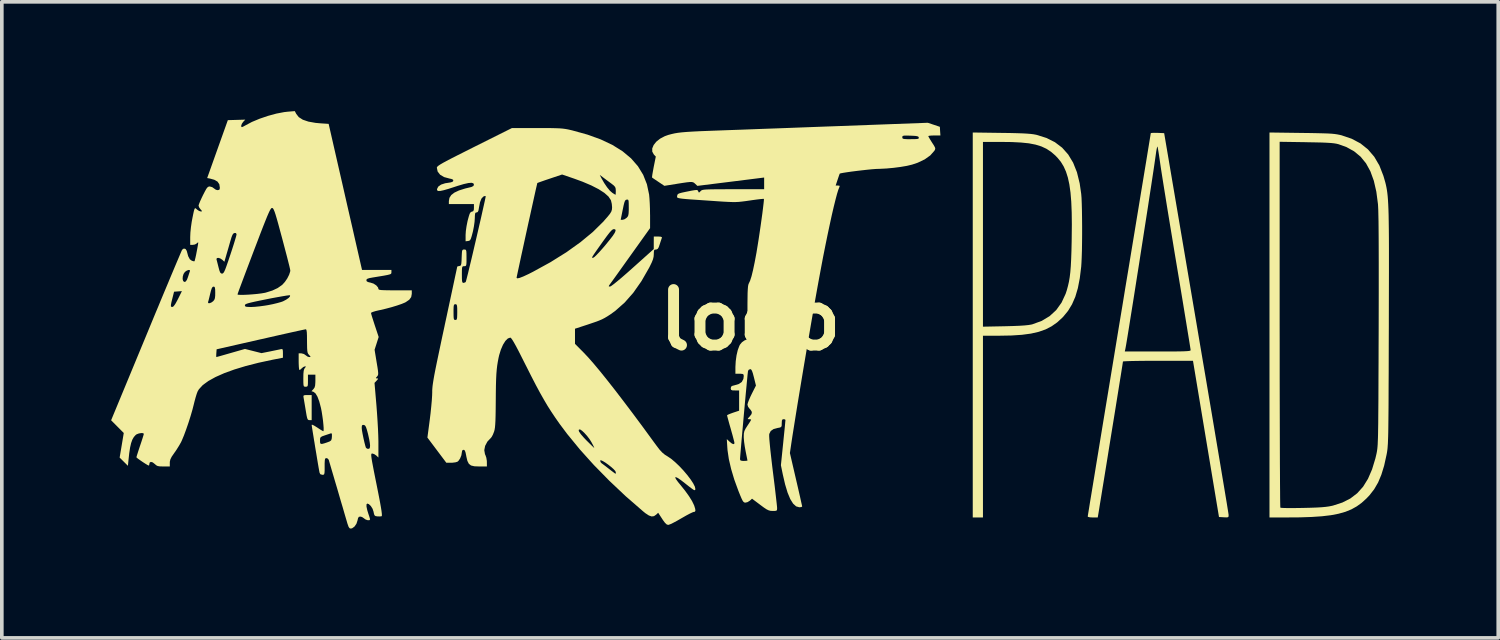
<source format=kicad_pcb>
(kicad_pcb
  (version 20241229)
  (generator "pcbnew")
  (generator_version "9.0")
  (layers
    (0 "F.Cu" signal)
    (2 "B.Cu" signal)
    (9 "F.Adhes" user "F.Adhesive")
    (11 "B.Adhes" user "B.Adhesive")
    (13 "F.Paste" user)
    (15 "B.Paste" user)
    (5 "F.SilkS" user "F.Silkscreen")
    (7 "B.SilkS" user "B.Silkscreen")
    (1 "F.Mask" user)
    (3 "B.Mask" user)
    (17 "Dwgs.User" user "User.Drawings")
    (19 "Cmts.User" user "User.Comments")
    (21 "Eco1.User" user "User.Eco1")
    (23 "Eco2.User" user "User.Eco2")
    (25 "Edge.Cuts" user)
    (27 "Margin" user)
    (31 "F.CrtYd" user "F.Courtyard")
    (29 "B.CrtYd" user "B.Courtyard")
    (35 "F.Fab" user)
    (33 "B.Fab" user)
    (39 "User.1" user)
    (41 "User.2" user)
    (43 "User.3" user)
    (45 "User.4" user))
  (footprint "logo"
    (layer "F.Cu")
    (at 17.543 5.733)
    (property "Reference" "logo" (at 0 0 0) (layer "F.SilkS") (effects (font (size 1.524 1.524) (thickness 0.3))))
    (attr board_only exclude_from_pos_files exclude_from_bom)
    (fp_poly (pts (xy -12.038 2.749) (xy -12.098 2.749) (xy -12.125 2.746) (xy -12.145 2.73) (xy -12.161 2.694) (xy -12.176 2.629) (xy -12.194 2.525) (xy -12.202 2.475) (xy -12.222 2.355) (xy -12.24 2.248) (xy -12.254 2.166) (xy -12.26 2.132) (xy -12.265 2.089) (xy -12.252 2.068) (xy -12.206 2.062) (xy -12.156 2.062) (xy -12.038 2.062)) (stroke (width 0) (type solid)) (fill yes) (layer "F.SilkS"))
    (fp_poly (pts (xy 6.891 -5.135) (xy 7.128 -5.132) (xy 7.321 -5.127) (xy 7.475 -5.122) (xy 7.599 -5.115) (xy 7.698 -5.107) (xy 7.778 -5.097) (xy 7.847 -5.084) (xy 7.864 -5.08) (xy 8.131 -4.996) (xy 8.363 -4.88) (xy 8.562 -4.729) (xy 8.728 -4.542) (xy 8.863 -4.318) (xy 8.968 -4.055) (xy 9.043 -3.751) (xy 9.085 -3.461) (xy 9.094 -3.349) (xy 9.1 -3.196) (xy 9.105 -3.01) (xy 9.108 -2.801) (xy 9.11 -2.577) (xy 9.11 -2.349) (xy 9.108 -2.125) (xy 9.105 -1.914) (xy 9.099 -1.726) (xy 9.092 -1.569) (xy 9.085 -1.463) (xy 9.046 -1.146) (xy 8.993 -0.873) (xy 8.923 -0.636) (xy 8.833 -0.43) (xy 8.723 -0.249) (xy 8.589 -0.086) (xy 8.564 -0.061) (xy 8.424 0.067) (xy 8.273 0.173) (xy 8.107 0.259) (xy 7.919 0.325) (xy 7.705 0.374) (xy 7.457 0.407) (xy 7.172 0.426) (xy 6.842 0.432) (xy 6.827 0.432) (xy 6.388 0.433) (xy 6.388 5.421) (xy 6.108 5.421) (xy 6.108 0.184) (xy 6.388 0.184) (xy 6.993 0.172) (xy 7.213 0.166) (xy 7.389 0.159) (xy 7.527 0.15) (xy 7.634 0.139) (xy 7.715 0.126) (xy 7.75 0.117) (xy 8.001 0.025) (xy 8.217 -0.105) (xy 8.399 -0.272) (xy 8.545 -0.476) (xy 8.657 -0.717) (xy 8.689 -0.814) (xy 8.721 -0.931) (xy 8.748 -1.048) (xy 8.769 -1.173) (xy 8.786 -1.313) (xy 8.799 -1.475) (xy 8.809 -1.666) (xy 8.817 -1.892) (xy 8.823 -2.16) (xy 8.824 -2.241) (xy 8.828 -2.621) (xy 8.824 -2.955) (xy 8.812 -3.246) (xy 8.791 -3.499) (xy 8.76 -3.719) (xy 8.719 -3.908) (xy 8.667 -4.072) (xy 8.603 -4.215) (xy 8.526 -4.341) (xy 8.434 -4.453) (xy 8.371 -4.518) (xy 8.254 -4.618) (xy 8.129 -4.7) (xy 7.991 -4.764) (xy 7.833 -4.813) (xy 7.648 -4.849) (xy 7.431 -4.871) (xy 7.176 -4.884) (xy 6.919 -4.887) (xy 6.388 -4.887) (xy 6.388 0.184) (xy 6.108 0.184) (xy 6.108 -5.146)) (stroke (width 0) (type solid)) (fill yes) (layer "F.SilkS"))
    (fp_poly (pts (xy 15.137 -5.134) (xy 15.378 -5.131) (xy 15.575 -5.127) (xy 15.733 -5.123) (xy 15.859 -5.119) (xy 15.96 -5.113) (xy 16.041 -5.105) (xy 16.109 -5.095) (xy 16.171 -5.083) (xy 16.231 -5.069) (xy 16.508 -4.975) (xy 16.75 -4.847) (xy 16.956 -4.682) (xy 17.129 -4.48) (xy 17.27 -4.239) (xy 17.379 -3.959) (xy 17.394 -3.909) (xy 17.414 -3.839) (xy 17.433 -3.773) (xy 17.449 -3.708) (xy 17.463 -3.641) (xy 17.476 -3.569) (xy 17.487 -3.49) (xy 17.497 -3.4) (xy 17.505 -3.298) (xy 17.512 -3.179) (xy 17.518 -3.041) (xy 17.523 -2.882) (xy 17.526 -2.698) (xy 17.529 -2.488) (xy 17.531 -2.246) (xy 17.532 -1.972) (xy 17.532 -1.662) (xy 17.532 -1.314) (xy 17.531 -0.924) (xy 17.53 -0.49) (xy 17.529 -0.009) (xy 17.529 0.17) (xy 17.527 0.643) (xy 17.526 1.069) (xy 17.525 1.449) (xy 17.523 1.787) (xy 17.522 2.086) (xy 17.521 2.348) (xy 17.519 2.576) (xy 17.517 2.772) (xy 17.515 2.941) (xy 17.513 3.084) (xy 17.51 3.204) (xy 17.506 3.305) (xy 17.503 3.389) (xy 17.498 3.459) (xy 17.494 3.517) (xy 17.488 3.568) (xy 17.482 3.612) (xy 17.475 3.654) (xy 17.467 3.696) (xy 17.464 3.71) (xy 17.4 4) (xy 17.324 4.247) (xy 17.235 4.46) (xy 17.127 4.646) (xy 16.997 4.813) (xy 16.912 4.902) (xy 16.784 5.018) (xy 16.649 5.116) (xy 16.502 5.198) (xy 16.338 5.265) (xy 16.151 5.318) (xy 15.938 5.359) (xy 15.693 5.388) (xy 15.411 5.407) (xy 15.088 5.418) (xy 14.793 5.42) (xy 14.253 5.421) (xy 14.253 -4.891) (xy 14.532 -4.891) (xy 14.532 0.121) (xy 14.533 0.622) (xy 14.533 1.11) (xy 14.533 1.582) (xy 14.534 2.035) (xy 14.535 2.468) (xy 14.536 2.877) (xy 14.537 3.261) (xy 14.538 3.616) (xy 14.539 3.94) (xy 14.541 4.232) (xy 14.542 4.488) (xy 14.544 4.706) (xy 14.545 4.884) (xy 14.547 5.018) (xy 14.549 5.108) (xy 14.551 5.15) (xy 14.552 5.152) (xy 14.581 5.157) (xy 14.655 5.161) (xy 14.765 5.163) (xy 14.904 5.163) (xy 15.064 5.161) (xy 15.181 5.159) (xy 15.39 5.154) (xy 15.556 5.148) (xy 15.688 5.14) (xy 15.795 5.13) (xy 15.884 5.118) (xy 15.965 5.102) (xy 16.002 5.093) (xy 16.254 5.011) (xy 16.473 4.9) (xy 16.661 4.756) (xy 16.822 4.577) (xy 16.957 4.359) (xy 17.069 4.1) (xy 17.161 3.797) (xy 17.186 3.69) (xy 17.194 3.654) (xy 17.201 3.617) (xy 17.207 3.578) (xy 17.213 3.534) (xy 17.218 3.481) (xy 17.223 3.417) (xy 17.226 3.338) (xy 17.23 3.243) (xy 17.233 3.129) (xy 17.235 2.991) (xy 17.238 2.828) (xy 17.239 2.637) (xy 17.241 2.415) (xy 17.243 2.159) (xy 17.244 1.866) (xy 17.245 1.533) (xy 17.247 1.158) (xy 17.248 0.738) (xy 17.25 0.293) (xy 17.251 -0.246) (xy 17.252 -0.735) (xy 17.252 -1.176) (xy 17.252 -1.569) (xy 17.251 -1.918) (xy 17.25 -2.222) (xy 17.248 -2.483) (xy 17.246 -2.702) (xy 17.242 -2.881) (xy 17.239 -3.021) (xy 17.234 -3.123) (xy 17.231 -3.178) (xy 17.186 -3.521) (xy 17.117 -3.821) (xy 17.023 -4.08) (xy 16.903 -4.299) (xy 16.754 -4.482) (xy 16.575 -4.63) (xy 16.366 -4.746) (xy 16.149 -4.824) (xy 16.092 -4.838) (xy 16.025 -4.849) (xy 15.939 -4.858) (xy 15.828 -4.865) (xy 15.687 -4.871) (xy 15.508 -4.875) (xy 15.285 -4.879) (xy 15.264 -4.88) (xy 14.532 -4.891) (xy 14.253 -4.891) (xy 14.253 -5.146)) (stroke (width 0) (type solid)) (fill yes) (layer "F.SilkS"))
    (fp_poly (pts (xy 11.166 -5.136) (xy 11.178 -5.136) (xy 11.362 -5.128) (xy 12.246 0.076) (xy 12.332 0.585) (xy 12.416 1.08) (xy 12.498 1.56) (xy 12.576 2.023) (xy 12.651 2.465) (xy 12.722 2.886) (xy 12.788 3.281) (xy 12.85 3.649) (xy 12.907 3.988) (xy 12.958 4.295) (xy 13.004 4.568) (xy 13.043 4.804) (xy 13.076 5.001) (xy 13.101 5.157) (xy 13.119 5.269) (xy 13.129 5.335) (xy 13.131 5.352) (xy 13.13 5.394) (xy 13.114 5.414) (xy 13.071 5.419) (xy 13 5.416) (xy 12.867 5.408) (xy 12.51 3.264) (xy 12.153 1.12) (xy 11.192 1.12) (xy 10.977 1.12) (xy 10.778 1.122) (xy 10.602 1.124) (xy 10.454 1.127) (xy 10.339 1.131) (xy 10.263 1.135) (xy 10.232 1.139) (xy 10.231 1.14) (xy 10.227 1.167) (xy 10.216 1.24) (xy 10.198 1.354) (xy 10.174 1.505) (xy 10.144 1.689) (xy 10.11 1.902) (xy 10.072 2.138) (xy 10.031 2.394) (xy 9.987 2.666) (xy 9.941 2.948) (xy 9.894 3.237) (xy 9.847 3.528) (xy 9.801 3.816) (xy 9.755 4.098) (xy 9.711 4.37) (xy 9.669 4.625) (xy 9.631 4.861) (xy 9.596 5.073) (xy 9.568 5.249) (xy 9.539 5.421) (xy 9.402 5.421) (xy 9.323 5.417) (xy 9.274 5.405) (xy 9.264 5.394) (xy 9.268 5.367) (xy 9.28 5.292) (xy 9.3 5.171) (xy 9.326 5.007) (xy 9.36 4.802) (xy 9.4 4.559) (xy 9.446 4.28) (xy 9.497 3.966) (xy 9.554 3.622) (xy 9.615 3.248) (xy 9.681 2.847) (xy 9.751 2.422) (xy 9.825 1.975) (xy 9.902 1.508) (xy 9.982 1.023) (xy 10.008 0.865) (xy 10.281 0.865) (xy 11.185 0.865) (xy 11.427 0.865) (xy 11.623 0.864) (xy 11.777 0.863) (xy 11.895 0.86) (xy 11.98 0.856) (xy 12.037 0.851) (xy 12.071 0.844) (xy 12.087 0.835) (xy 12.089 0.829) (xy 12.085 0.799) (xy 12.073 0.722) (xy 12.054 0.603) (xy 12.028 0.444) (xy 11.996 0.249) (xy 11.959 0.022) (xy 11.917 -0.233) (xy 11.871 -0.514) (xy 11.821 -0.815) (xy 11.768 -1.135) (xy 11.712 -1.469) (xy 11.71 -1.481) (xy 11.652 -1.827) (xy 11.596 -2.169) (xy 11.541 -2.501) (xy 11.489 -2.818) (xy 11.44 -3.116) (xy 11.396 -3.391) (xy 11.356 -3.638) (xy 11.322 -3.852) (xy 11.294 -4.029) (xy 11.273 -4.164) (xy 11.262 -4.238) (xy 11.24 -4.391) (xy 11.22 -4.528) (xy 11.202 -4.641) (xy 11.188 -4.72) (xy 11.18 -4.759) (xy 11.18 -4.759) (xy 11.171 -4.752) (xy 11.158 -4.702) (xy 11.143 -4.619) (xy 11.131 -4.53) (xy 11.117 -4.433) (xy 11.097 -4.294) (xy 11.071 -4.117) (xy 11.039 -3.907) (xy 11.003 -3.668) (xy 10.962 -3.404) (xy 10.919 -3.119) (xy 10.872 -2.817) (xy 10.823 -2.504) (xy 10.773 -2.182) (xy 10.722 -1.857) (xy 10.672 -1.532) (xy 10.621 -1.212) (xy 10.572 -0.9) (xy 10.525 -0.601) (xy 10.48 -0.32) (xy 10.438 -0.06) (xy 10.401 0.174) (xy 10.368 0.378) (xy 10.34 0.548) (xy 10.318 0.68) (xy 10.302 0.769) (xy 10.294 0.808) (xy 10.281 0.865) (xy 10.008 0.865) (xy 10.064 0.524) (xy 10.129 0.128) (xy 10.214 -0.382) (xy 10.295 -0.878) (xy 10.375 -1.358) (xy 10.451 -1.82) (xy 10.524 -2.262) (xy 10.593 -2.682) (xy 10.658 -3.076) (xy 10.718 -3.443) (xy 10.774 -3.78) (xy 10.824 -4.085) (xy 10.869 -4.356) (xy 10.907 -4.59) (xy 10.939 -4.785) (xy 10.964 -4.938) (xy 10.982 -5.048) (xy 10.992 -5.112) (xy 10.995 -5.128) (xy 11.018 -5.134) (xy 11.08 -5.137)) (stroke (width 0) (type solid)) (fill yes) (layer "F.SilkS"))
    (fp_poly (pts (xy 5.039 -5.358) (xy 5.205 -5.302) (xy 5.212 -5.183) (xy 5.22 -5.065) (xy 5.053 -5.065) (xy 4.969 -5.062) (xy 4.909 -5.056) (xy 4.887 -5.047) (xy 4.9 -5.019) (xy 4.934 -4.96) (xy 4.982 -4.883) (xy 4.991 -4.869) (xy 5.044 -4.787) (xy 5.072 -4.734) (xy 5.079 -4.699) (xy 5.068 -4.667) (xy 5.051 -4.64) (xy 4.942 -4.517) (xy 4.789 -4.408) (xy 4.596 -4.316) (xy 4.444 -4.265) (xy 4.303 -4.231) (xy 4.127 -4.201) (xy 3.934 -4.176) (xy 3.74 -4.158) (xy 3.561 -4.149) (xy 3.525 -4.148) (xy 3.448 -4.145) (xy 3.34 -4.137) (xy 3.21 -4.124) (xy 3.067 -4.108) (xy 2.921 -4.091) (xy 2.781 -4.073) (xy 2.655 -4.055) (xy 2.553 -4.039) (xy 2.484 -4.026) (xy 2.457 -4.017) (xy 2.446 -3.99) (xy 2.425 -3.929) (xy 2.398 -3.849) (xy 2.345 -3.69) (xy 2.408 -3.69) (xy 2.451 -3.685) (xy 2.453 -3.66) (xy 2.445 -3.643) (xy 2.418 -3.575) (xy 2.383 -3.462) (xy 2.342 -3.307) (xy 2.294 -3.114) (xy 2.241 -2.887) (xy 2.185 -2.63) (xy 2.125 -2.348) (xy 2.063 -2.045) (xy 1.999 -1.724) (xy 1.936 -1.389) (xy 1.886 -1.12) (xy 1.838 -0.858) (xy 1.785 -0.561) (xy 1.728 -0.235) (xy 1.668 0.112) (xy 1.606 0.475) (xy 1.543 0.847) (xy 1.479 1.223) (xy 1.417 1.594) (xy 1.357 1.956) (xy 1.3 2.301) (xy 1.248 2.624) (xy 1.201 2.918) (xy 1.16 3.176) (xy 1.127 3.392) (xy 1.119 3.449) (xy 1.089 3.652) (xy 1.257 4.376) (xy 1.3 4.561) (xy 1.339 4.73) (xy 1.372 4.876) (xy 1.398 4.994) (xy 1.417 5.077) (xy 1.425 5.117) (xy 1.425 5.121) (xy 1.403 5.135) (xy 1.349 5.141) (xy 1.346 5.141) (xy 1.259 5.116) (xy 1.176 5.04) (xy 1.098 4.914) (xy 1.025 4.738) (xy 0.957 4.512) (xy 0.894 4.24) (xy 0.842 3.987) (xy 0.905 3.374) (xy 0.922 3.203) (xy 0.938 3.048) (xy 0.951 2.918) (xy 0.96 2.819) (xy 0.966 2.758) (xy 0.967 2.742) (xy 0.946 2.727) (xy 0.916 2.723) (xy 0.884 2.731) (xy 0.869 2.763) (xy 0.865 2.832) (xy 0.865 2.835) (xy 0.863 2.904) (xy 0.847 2.939) (xy 0.804 2.955) (xy 0.757 2.963) (xy 0.639 2.995) (xy 0.563 3.047) (xy 0.524 3.125) (xy 0.521 3.14) (xy 0.52 3.186) (xy 0.525 3.278) (xy 0.537 3.409) (xy 0.553 3.574) (xy 0.575 3.768) (xy 0.6 3.986) (xy 0.621 4.156) (xy 0.648 4.371) (xy 0.673 4.573) (xy 0.694 4.755) (xy 0.712 4.912) (xy 0.726 5.036) (xy 0.735 5.123) (xy 0.738 5.165) (xy 0.735 5.212) (xy 0.718 5.235) (xy 0.672 5.242) (xy 0.617 5.242) (xy 0.559 5.239) (xy 0.508 5.226) (xy 0.451 5.199) (xy 0.378 5.151) (xy 0.277 5.077) (xy 0.273 5.073) (xy 0.049 4.905) (xy -0.009 4.959) (xy -0.072 4.999) (xy -0.132 5.014) (xy -0.159 5.01) (xy -0.183 4.995) (xy -0.209 4.96) (xy -0.239 4.899) (xy -0.279 4.805) (xy -0.328 4.682) (xy -0.437 4.383) (xy -0.524 4.092) (xy -0.586 3.824) (xy -0.28 3.824) (xy -0.269 3.854) (xy -0.226 3.867) (xy -0.178 3.869) (xy -0.114 3.866) (xy -0.079 3.861) (xy -0.076 3.859) (xy -0.081 3.831) (xy -0.094 3.765) (xy -0.113 3.671) (xy -0.127 3.601) (xy -0.15 3.474) (xy -0.168 3.346) (xy -0.177 3.237) (xy -0.178 3.203) (xy -0.175 3.115) (xy -0.16 3.048) (xy -0.126 2.979) (xy -0.076 2.901) (xy -0.026 2.826) (xy 0.01 2.767) (xy 0.025 2.738) (xy 0.025 2.737) (xy 0.004 2.726) (xy -0.03 2.723) (xy -0.064 2.721) (xy -0.066 2.707) (xy -0.036 2.671) (xy -0.017 2.652) (xy 0.036 2.582) (xy 0.045 2.525) (xy 0.01 2.466) (xy -0.013 2.443) (xy -0.057 2.385) (xy -0.076 2.326) (xy -0.076 2.324) (xy -0.065 2.276) (xy -0.035 2.197) (xy 0.008 2.098) (xy 0.04 2.032) (xy 0.157 1.8) (xy 0.101 1.574) (xy 0.072 1.464) (xy 0.048 1.396) (xy 0.026 1.36) (xy 0.001 1.349) (xy -0.002 1.349) (xy -0.046 1.371) (xy -0.062 1.406) (xy -0.066 1.442) (xy -0.075 1.522) (xy -0.086 1.64) (xy -0.1 1.79) (xy -0.117 1.966) (xy -0.135 2.161) (xy -0.154 2.37) (xy -0.174 2.586) (xy -0.193 2.803) (xy -0.212 3.014) (xy -0.23 3.214) (xy -0.246 3.396) (xy -0.259 3.554) (xy -0.27 3.681) (xy -0.277 3.772) (xy -0.28 3.82) (xy -0.28 3.824) (xy -0.586 3.824) (xy -0.587 3.82) (xy -0.623 3.576) (xy -0.628 3.513) (xy -0.643 3.27) (xy -0.568 3.34) (xy -0.502 3.393) (xy -0.455 3.409) (xy -0.433 3.388) (xy -0.433 3.379) (xy -0.439 3.344) (xy -0.458 3.27) (xy -0.485 3.166) (xy -0.52 3.042) (xy -0.534 2.99) (xy -0.571 2.863) (xy -0.601 2.753) (xy -0.623 2.671) (xy -0.635 2.624) (xy -0.636 2.617) (xy -0.614 2.601) (xy -0.556 2.576) (xy -0.474 2.546) (xy -0.471 2.545) (xy -0.305 2.49) (xy -0.305 1.934) (xy -0.42 1.934) (xy -0.491 1.932) (xy -0.524 1.918) (xy -0.534 1.888) (xy -0.534 1.873) (xy -0.525 1.83) (xy -0.486 1.806) (xy -0.443 1.796) (xy -0.315 1.758) (xy -0.232 1.701) (xy -0.188 1.619) (xy -0.178 1.539) (xy -0.183 1.5) (xy -0.207 1.482) (xy -0.263 1.476) (xy -0.293 1.476) (xy -0.407 1.476) (xy -0.407 1.292) (xy -0.398 1.131) (xy -0.376 0.971) (xy -0.342 0.826) (xy -0.299 0.711) (xy -0.281 0.676) (xy -0.226 0.61) (xy -0.16 0.563) (xy -0.152 0.56) (xy -0.076 0.528) (xy -0.076 -0.208) (xy -0.076 -0.429) (xy -0.074 -0.606) (xy -0.072 -0.742) (xy -0.067 -0.844) (xy -0.061 -0.916) (xy -0.053 -0.964) (xy -0.043 -0.994) (xy -0.04 -1) (xy -0.004 -1.077) (xy 0.036 -1.202) (xy 0.078 -1.374) (xy 0.123 -1.589) (xy 0.171 -1.846) (xy 0.177 -1.883) (xy 0.203 -2.042) (xy 0.231 -2.216) (xy 0.258 -2.398) (xy 0.285 -2.582) (xy 0.31 -2.76) (xy 0.333 -2.926) (xy 0.351 -3.071) (xy 0.365 -3.19) (xy 0.374 -3.275) (xy 0.376 -3.32) (xy 0.375 -3.324) (xy 0.347 -3.324) (xy 0.279 -3.318) (xy 0.178 -3.306) (xy 0.053 -3.289) (xy -0.015 -3.279) (xy -0.133 -3.262) (xy -0.23 -3.25) (xy -0.316 -3.241) (xy -0.4 -3.237) (xy -0.491 -3.237) (xy -0.6 -3.241) (xy -0.734 -3.248) (xy -0.904 -3.259) (xy -1.031 -3.268) (xy -1.28 -3.285) (xy -1.484 -3.299) (xy -1.646 -3.31) (xy -1.771 -3.32) (xy -1.864 -3.329) (xy -1.929 -3.338) (xy -1.972 -3.347) (xy -1.996 -3.357) (xy -2.007 -3.368) (xy -2.009 -3.382) (xy -2.007 -3.399) (xy -2.006 -3.407) (xy -1.999 -3.436) (xy -1.982 -3.458) (xy -1.945 -3.476) (xy -1.88 -3.494) (xy -1.777 -3.516) (xy -1.722 -3.527) (xy -1.602 -3.551) (xy -1.522 -3.564) (xy -1.474 -3.568) (xy -1.448 -3.563) (xy -1.435 -3.548) (xy -1.428 -3.533) (xy -1.413 -3.5) (xy -1.394 -3.504) (xy -1.363 -3.536) (xy -1.348 -3.55) (xy -1.33 -3.562) (xy -1.302 -3.571) (xy -1.259 -3.577) (xy -1.196 -3.582) (xy -1.107 -3.585) (xy -0.987 -3.587) (xy -0.831 -3.588) (xy -0.633 -3.589) (xy -0.467 -3.589) (xy 0.382 -3.589) (xy 0.382 -3.91) (xy -0.534 -3.795) (xy -1.451 -3.681) (xy -1.51 -3.737) (xy -1.538 -3.762) (xy -1.567 -3.779) (xy -1.604 -3.787) (xy -1.658 -3.787) (xy -1.737 -3.779) (xy -1.849 -3.763) (xy -2.003 -3.739) (xy -2.012 -3.737) (xy -2.357 -3.682) (xy -2.521 -3.792) (xy -2.6 -3.845) (xy -2.661 -3.886) (xy -2.693 -3.909) (xy -2.695 -3.91) (xy -2.694 -3.937) (xy -2.685 -4.003) (xy -2.668 -4.098) (xy -2.649 -4.202) (xy -2.592 -4.485) (xy -2.645 -4.541) (xy -2.689 -4.62) (xy -2.69 -4.709) (xy -2.651 -4.802) (xy -2.578 -4.894) (xy -2.474 -4.977) (xy -2.402 -5.015) (xy 4.174 -5.015) (xy 4.178 -4.99) (xy 4.195 -4.975) (xy 4.235 -4.967) (xy 4.309 -4.963) (xy 4.405 -4.963) (xy 4.514 -4.964) (xy 4.582 -4.968) (xy 4.617 -4.977) (xy 4.628 -4.993) (xy 4.627 -5.007) (xy 4.616 -5.03) (xy 4.585 -5.044) (xy 4.525 -5.053) (xy 4.427 -5.058) (xy 4.396 -5.059) (xy 4.29 -5.062) (xy 4.224 -5.06) (xy 4.189 -5.052) (xy 4.176 -5.036) (xy 4.174 -5.015) (xy -2.402 -5.015) (xy -2.345 -5.045) (xy -2.25 -5.079) (xy -2.164 -5.102) (xy -2.077 -5.122) (xy -1.981 -5.138) (xy -1.869 -5.151) (xy -1.735 -5.162) (xy -1.572 -5.172) (xy -1.373 -5.182) (xy -1.133 -5.191) (xy -1.056 -5.194) (xy -0.92 -5.199) (xy -0.738 -5.206) (xy -0.515 -5.214) (xy -0.256 -5.223) (xy 0.035 -5.234) (xy 0.353 -5.246) (xy 0.692 -5.258) (xy 1.048 -5.271) (xy 1.417 -5.285) (xy 1.792 -5.299) (xy 2.17 -5.313) (xy 2.291 -5.317) (xy 4.874 -5.413)) (stroke (width 0) (type solid)) (fill yes) (layer "F.SilkS"))
    (fp_poly (pts (xy -5.847 -5.268) (xy -5.638 -5.268) (xy -5.471 -5.267) (xy -5.34 -5.264) (xy -5.235 -5.26) (xy -5.148 -5.253) (xy -5.073 -5.243) (xy -5 -5.23) (xy -4.921 -5.212) (xy -4.887 -5.204) (xy -4.471 -5.089) (xy -4.103 -4.956) (xy -3.78 -4.803) (xy -3.503 -4.63) (xy -3.271 -4.436) (xy -3.083 -4.221) (xy -2.938 -3.984) (xy -2.836 -3.726) (xy -2.776 -3.444) (xy -2.775 -3.436) (xy -2.766 -3.337) (xy -2.758 -3.203) (xy -2.752 -3.052) (xy -2.75 -2.9) (xy -2.749 -2.883) (xy -2.749 -2.521) (xy -3.299 -1.751) (xy -3.425 -1.575) (xy -3.541 -1.412) (xy -3.646 -1.265) (xy -3.735 -1.141) (xy -3.805 -1.044) (xy -3.853 -0.978) (xy -3.874 -0.949) (xy -3.875 -0.948) (xy -3.883 -0.923) (xy -3.849 -0.916) (xy -3.816 -0.933) (xy -3.749 -0.982) (xy -3.653 -1.059) (xy -3.53 -1.162) (xy -3.385 -1.288) (xy -3.223 -1.432) (xy -2.648 -1.947) (xy -2.648 -2.119) (xy -2.647 -2.291) (xy -2.53 -2.291) (xy -2.455 -2.286) (xy -2.424 -2.271) (xy -2.425 -2.259) (xy -2.438 -2.218) (xy -2.462 -2.147) (xy -2.483 -2.081) (xy -2.512 -1.997) (xy -2.539 -1.953) (xy -2.57 -1.936) (xy -2.588 -1.934) (xy -2.623 -1.929) (xy -2.641 -1.906) (xy -2.646 -1.852) (xy -2.647 -1.807) (xy -2.652 -1.738) (xy -2.669 -1.666) (xy -2.703 -1.58) (xy -2.758 -1.467) (xy -2.776 -1.432) (xy -2.986 -1.066) (xy -3.209 -0.748) (xy -3.447 -0.478) (xy -3.702 -0.252) (xy -3.83 -0.159) (xy -3.919 -0.101) (xy -3.995 -0.056) (xy -4.07 -0.017) (xy -4.155 0.019) (xy -4.261 0.058) (xy -4.399 0.105) (xy -4.473 0.13) (xy -4.81 0.24) (xy -4.81 0.655) (xy -4.573 0.894) (xy -4.45 1.024) (xy -4.3 1.195) (xy -4.126 1.403) (xy -3.93 1.647) (xy -3.712 1.924) (xy -3.476 2.232) (xy -3.222 2.568) (xy -2.953 2.93) (xy -2.671 3.316) (xy -2.579 3.441) (xy -2.493 3.554) (xy -2.419 3.635) (xy -2.346 3.696) (xy -2.274 3.741) (xy -2.174 3.808) (xy -2.064 3.9) (xy -1.949 4.009) (xy -1.835 4.13) (xy -1.73 4.254) (xy -1.638 4.374) (xy -1.566 4.484) (xy -1.52 4.575) (xy -1.506 4.64) (xy -1.506 4.643) (xy -1.512 4.665) (xy -1.526 4.673) (xy -1.555 4.662) (xy -1.604 4.628) (xy -1.681 4.57) (xy -1.782 4.49) (xy -1.903 4.396) (xy -1.99 4.337) (xy -2.043 4.313) (xy -2.059 4.323) (xy -2.04 4.367) (xy -1.983 4.446) (xy -1.923 4.519) (xy -1.792 4.682) (xy -1.681 4.836) (xy -1.596 4.973) (xy -1.542 5.085) (xy -1.538 5.094) (xy -1.51 5.186) (xy -1.505 5.24) (xy -1.523 5.265) (xy -1.548 5.268) (xy -1.586 5.281) (xy -1.658 5.315) (xy -1.754 5.366) (xy -1.866 5.43) (xy -1.894 5.446) (xy -2.009 5.512) (xy -2.112 5.567) (xy -2.194 5.606) (xy -2.246 5.624) (xy -2.252 5.625) (xy -2.293 5.612) (xy -2.339 5.569) (xy -2.399 5.488) (xy -2.418 5.458) (xy -2.527 5.292) (xy -2.582 5.344) (xy -2.642 5.385) (xy -2.707 5.393) (xy -2.783 5.366) (xy -2.879 5.303) (xy -2.944 5.25) (xy -3.417 4.839) (xy -3.867 4.414) (xy -4.289 3.984) (xy -4.404 3.857) (xy -4.119 3.857) (xy -4.107 3.903) (xy -4.081 3.932) (xy -4.039 3.963) (xy -3.97 4.015) (xy -3.888 4.079) (xy -3.869 4.094) (xy -3.792 4.153) (xy -3.732 4.198) (xy -3.7 4.222) (xy -3.697 4.223) (xy -3.691 4.203) (xy -3.69 4.177) (xy -3.708 4.141) (xy -3.755 4.09) (xy -3.822 4.031) (xy -3.899 3.97) (xy -3.976 3.915) (xy -4.045 3.873) (xy -4.096 3.851) (xy -4.119 3.856) (xy -4.119 3.857) (xy -4.404 3.857) (xy -4.677 3.553) (xy -5.026 3.127) (xy -5.107 3.019) (xy -4.71 3.019) (xy -4.699 3.064) (xy -4.649 3.136) (xy -4.563 3.235) (xy -4.499 3.302) (xy -4.416 3.384) (xy -4.347 3.452) (xy -4.3 3.497) (xy -4.281 3.512) (xy -4.288 3.492) (xy -4.314 3.438) (xy -4.354 3.363) (xy -4.357 3.357) (xy -4.411 3.271) (xy -4.479 3.182) (xy -4.551 3.102) (xy -4.617 3.04) (xy -4.668 3.006) (xy -4.682 3.003) (xy -4.71 3.019) (xy -5.107 3.019) (xy -5.235 2.848) (xy -5.351 2.682) (xy -5.458 2.522) (xy -5.562 2.359) (xy -5.664 2.186) (xy -5.771 1.997) (xy -5.886 1.783) (xy -6.013 1.537) (xy -6.156 1.253) (xy -6.159 1.248) (xy -6.27 1.028) (xy -6.36 0.85) (xy -6.433 0.712) (xy -6.49 0.61) (xy -6.533 0.54) (xy -6.564 0.499) (xy -6.584 0.484) (xy -6.587 0.484) (xy -6.653 0.508) (xy -6.721 0.575) (xy -6.786 0.679) (xy -6.844 0.812) (xy -6.892 0.968) (xy -6.907 1.034) (xy -6.928 1.143) (xy -6.945 1.248) (xy -6.958 1.359) (xy -6.968 1.481) (xy -6.975 1.624) (xy -6.98 1.794) (xy -6.983 2) (xy -6.985 2.24) (xy -6.987 2.458) (xy -6.99 2.631) (xy -6.994 2.767) (xy -7 2.872) (xy -7.007 2.951) (xy -7.017 3.013) (xy -7.03 3.062) (xy -7.033 3.07) (xy -7.065 3.151) (xy -7.1 3.214) (xy -7.118 3.236) (xy -7.215 3.339) (xy -7.277 3.456) (xy -7.3 3.574) (xy -7.281 3.684) (xy -7.266 3.716) (xy -7.244 3.781) (xy -7.23 3.867) (xy -7.229 3.9) (xy -7.228 4.021) (xy -7.44 4.021) (xy -7.572 4.016) (xy -7.664 3.994) (xy -7.724 3.947) (xy -7.764 3.868) (xy -7.792 3.75) (xy -7.795 3.731) (xy -7.814 3.638) (xy -7.833 3.586) (xy -7.856 3.565) (xy -7.869 3.563) (xy -7.906 3.581) (xy -7.915 3.628) (xy -7.929 3.715) (xy -7.964 3.802) (xy -8.011 3.87) (xy -8.039 3.892) (xy -8.094 3.908) (xy -8.176 3.918) (xy -8.216 3.919) (xy -8.342 3.919) (xy -8.601 3.574) (xy -8.861 3.228) (xy -8.795 2.728) (xy -8.774 2.554) (xy -8.756 2.378) (xy -8.741 2.215) (xy -8.732 2.077) (xy -8.729 1.985) (xy -8.729 1.931) (xy -8.725 1.874) (xy -8.719 1.808) (xy -8.708 1.73) (xy -8.693 1.635) (xy -8.673 1.52) (xy -8.646 1.38) (xy -8.612 1.212) (xy -8.57 1.011) (xy -8.52 0.773) (xy -8.461 0.493) (xy -8.391 0.169) (xy -8.386 0.143) (xy -8.326 -0.135) (xy -8.309 -0.216) (xy -8.144 -0.216) (xy -8.143 -0.111) (xy -8.139 -0.047) (xy -8.129 -0.014) (xy -8.11 -0.001) (xy -8.093 0) (xy -8.069 -0.004) (xy -8.054 -0.023) (xy -8.046 -0.066) (xy -8.043 -0.144) (xy -8.042 -0.216) (xy -8.043 -0.322) (xy -8.048 -0.386) (xy -8.058 -0.419) (xy -8.076 -0.431) (xy -8.093 -0.433) (xy -8.118 -0.429) (xy -8.133 -0.41) (xy -8.141 -0.367) (xy -8.144 -0.289) (xy -8.144 -0.216) (xy -8.309 -0.216) (xy -8.27 -0.397) (xy -8.218 -0.64) (xy -8.171 -0.86) (xy -8.13 -1.052) (xy -8.096 -1.213) (xy -8.069 -1.337) (xy -8.051 -1.422) (xy -8.043 -1.462) (xy -8.042 -1.465) (xy -8.021 -1.474) (xy -7.985 -1.481) (xy -7.958 -1.488) (xy -7.94 -1.507) (xy -7.93 -1.549) (xy -7.924 -1.623) (xy -7.921 -1.712) (xy -7.916 -1.818) (xy -7.911 -1.884) (xy -7.9 -1.918) (xy -7.881 -1.932) (xy -7.851 -1.934) (xy -7.851 -1.934) (xy -7.821 -1.932) (xy -7.803 -1.92) (xy -7.793 -1.887) (xy -7.789 -1.825) (xy -7.788 -1.723) (xy -7.788 -1.705) (xy -7.788 -1.597) (xy -7.792 -1.529) (xy -7.801 -1.493) (xy -7.818 -1.479) (xy -7.846 -1.476) (xy -7.852 -1.476) (xy -7.882 -1.474) (xy -7.9 -1.462) (xy -7.91 -1.43) (xy -7.914 -1.369) (xy -7.915 -1.267) (xy -7.915 -1.247) (xy -7.914 -1.138) (xy -7.91 -1.07) (xy -7.901 -1.034) (xy -7.884 -1.02) (xy -7.867 -1.018) (xy -7.821 -1.033) (xy -7.807 -1.05) (xy -7.795 -1.091) (xy -7.778 -1.157) (xy -6.414 -1.157) (xy -6.392 -1.142) (xy -6.33 -1.155) (xy -6.227 -1.195) (xy -6.085 -1.261) (xy -5.961 -1.324) (xy -5.48 -1.588) (xy -5.287 -1.709) (xy -4.341 -1.709) (xy -4.331 -1.706) (xy -4.312 -1.708) (xy -4.307 -1.709) (xy -4.274 -1.731) (xy -4.217 -1.786) (xy -4.14 -1.867) (xy -4.05 -1.968) (xy -3.973 -2.058) (xy -3.856 -2.202) (xy -3.771 -2.312) (xy -3.719 -2.393) (xy -3.696 -2.448) (xy -3.7 -2.48) (xy -3.731 -2.493) (xy -3.748 -2.493) (xy -3.777 -2.483) (xy -3.816 -2.45) (xy -3.869 -2.39) (xy -3.94 -2.297) (xy -4.034 -2.168) (xy -4.059 -2.133) (xy -4.162 -1.988) (xy -4.238 -1.88) (xy -4.291 -1.803) (xy -4.324 -1.752) (xy -4.339 -1.722) (xy -4.341 -1.709) (xy -5.287 -1.709) (xy -5.046 -1.859) (xy -4.659 -2.136) (xy -4.32 -2.416) (xy -4.031 -2.701) (xy -3.99 -2.749) (xy -3.556 -2.749) (xy -3.504 -2.749) (xy -3.449 -2.765) (xy -3.393 -2.804) (xy -3.364 -2.836) (xy -3.347 -2.874) (xy -3.338 -2.931) (xy -3.334 -3.019) (xy -3.334 -3.086) (xy -3.335 -3.193) (xy -3.338 -3.26) (xy -3.347 -3.294) (xy -3.364 -3.305) (xy -3.39 -3.304) (xy -3.416 -3.295) (xy -3.437 -3.272) (xy -3.455 -3.225) (xy -3.475 -3.146) (xy -3.5 -3.026) (xy -3.501 -3.022) (xy -3.556 -2.749) (xy -3.99 -2.749) (xy -3.916 -2.833) (xy -3.85 -2.915) (xy -3.813 -2.976) (xy -3.796 -3.033) (xy -3.792 -3.094) (xy -3.8 -3.187) (xy -3.821 -3.275) (xy -3.827 -3.292) (xy -3.891 -3.388) (xy -4.003 -3.488) (xy -4.161 -3.59) (xy -4.362 -3.693) (xy -4.604 -3.796) (xy -4.834 -3.88) (xy -5.132 -3.982) (xy -4.13 -3.982) (xy -4.085 -3.893) (xy -4.01 -3.761) (xy -3.929 -3.642) (xy -3.851 -3.547) (xy -3.784 -3.489) (xy -3.731 -3.455) (xy -3.699 -3.437) (xy -3.697 -3.436) (xy -3.693 -3.459) (xy -3.691 -3.516) (xy -3.69 -3.545) (xy -3.694 -3.607) (xy -3.709 -3.651) (xy -3.747 -3.693) (xy -3.817 -3.748) (xy -3.824 -3.753) (xy -3.911 -3.817) (xy -3.995 -3.88) (xy -4.044 -3.917) (xy -4.13 -3.982) (xy -5.132 -3.982) (xy -5.164 -3.993) (xy -5.5 -3.88) (xy -5.622 -3.839) (xy -5.725 -3.803) (xy -5.801 -3.776) (xy -5.84 -3.761) (xy -5.844 -3.76) (xy -5.85 -3.734) (xy -5.866 -3.665) (xy -5.891 -3.557) (xy -5.922 -3.417) (xy -5.959 -3.249) (xy -6.001 -3.059) (xy -6.046 -2.854) (xy -6.094 -2.639) (xy -6.142 -2.419) (xy -6.19 -2.199) (xy -6.236 -1.987) (xy -6.28 -1.787) (xy -6.319 -1.604) (xy -6.353 -1.446) (xy -6.381 -1.316) (xy -6.401 -1.221) (xy -6.412 -1.167) (xy -6.414 -1.157) (xy -7.778 -1.157) (xy -7.774 -1.173) (xy -7.744 -1.291) (xy -7.709 -1.439) (xy -7.667 -1.611) (xy -7.622 -1.801) (xy -7.575 -2.003) (xy -7.526 -2.212) (xy -7.478 -2.42) (xy -7.431 -2.624) (xy -7.387 -2.815) (xy -7.348 -2.99) (xy -7.314 -3.141) (xy -7.287 -3.263) (xy -7.269 -3.349) (xy -7.261 -3.395) (xy -7.261 -3.401) (xy -7.291 -3.401) (xy -7.325 -3.388) (xy -7.377 -3.333) (xy -7.418 -3.23) (xy -7.447 -3.079) (xy -7.447 -3.077) (xy -7.461 -3) (xy -7.482 -2.962) (xy -7.511 -2.952) (xy -7.538 -2.946) (xy -7.552 -2.919) (xy -7.558 -2.861) (xy -7.56 -2.793) (xy -7.567 -2.693) (xy -7.585 -2.566) (xy -7.61 -2.438) (xy -7.618 -2.405) (xy -7.647 -2.297) (xy -7.669 -2.229) (xy -7.69 -2.191) (xy -7.716 -2.174) (xy -7.745 -2.168) (xy -7.813 -2.16) (xy -7.813 -2.333) (xy -7.806 -2.442) (xy -7.787 -2.574) (xy -7.761 -2.706) (xy -7.754 -2.736) (xy -7.724 -2.846) (xy -7.701 -2.916) (xy -7.678 -2.954) (xy -7.652 -2.971) (xy -7.64 -2.973) (xy -7.603 -2.987) (xy -7.587 -3.025) (xy -7.584 -3.081) (xy -7.584 -3.181) (xy -8.272 -3.181) (xy -8.272 -3.265) (xy -8.256 -3.353) (xy -8.207 -3.429) (xy -8.122 -3.495) (xy -7.995 -3.555) (xy -7.824 -3.609) (xy -7.654 -3.65) (xy -7.598 -3.678) (xy -7.584 -3.716) (xy -7.6 -3.751) (xy -7.65 -3.766) (xy -7.736 -3.759) (xy -7.862 -3.731) (xy -8.03 -3.681) (xy -8.119 -3.652) (xy -8.289 -3.597) (xy -8.417 -3.561) (xy -8.507 -3.542) (xy -8.564 -3.541) (xy -8.593 -3.557) (xy -8.598 -3.589) (xy -8.598 -3.592) (xy -8.563 -3.661) (xy -8.486 -3.716) (xy -8.373 -3.753) (xy -8.306 -3.763) (xy -8.215 -3.778) (xy -8.165 -3.798) (xy -8.15 -3.822) (xy -8.158 -3.851) (xy -8.202 -3.871) (xy -8.251 -3.881) (xy -8.402 -3.922) (xy -8.512 -3.987) (xy -8.58 -4.074) (xy -8.602 -4.179) (xy -8.598 -4.195) (xy -8.583 -4.214) (xy -8.554 -4.238) (xy -8.506 -4.27) (xy -8.436 -4.311) (xy -8.34 -4.363) (xy -8.214 -4.429) (xy -8.055 -4.51) (xy -7.858 -4.609) (xy -7.62 -4.729) (xy -7.572 -4.753) (xy -6.541 -5.268)) (stroke (width 0) (type solid)) (fill yes) (layer "F.SilkS"))
    (fp_poly (pts (xy -12.461 -5.656) (xy -12.391 -5.567) (xy -12.281 -5.497) (xy -12.128 -5.445) (xy -11.931 -5.41) (xy -11.799 -5.398) (xy -11.572 -5.383) (xy -11.322 -4.288) (xy -11.259 -4.013) (xy -11.19 -3.713) (xy -11.119 -3.4) (xy -11.048 -3.088) (xy -10.979 -2.788) (xy -10.916 -2.514) (xy -10.864 -2.284) (xy -10.656 -1.374) (xy -9.849 -1.374) (xy -9.849 -1.313) (xy -9.85 -1.292) (xy -9.855 -1.275) (xy -9.871 -1.261) (xy -9.906 -1.248) (xy -9.964 -1.234) (xy -10.053 -1.217) (xy -10.18 -1.196) (xy -10.35 -1.168) (xy -10.352 -1.168) (xy -10.45 -1.15) (xy -10.507 -1.132) (xy -10.532 -1.111) (xy -10.537 -1.091) (xy -10.523 -1.057) (xy -10.474 -1.036) (xy -10.43 -1.027) (xy -10.341 -0.999) (xy -10.265 -0.95) (xy -10.216 -0.892) (xy -10.206 -0.854) (xy -10.2 -0.84) (xy -10.178 -0.829) (xy -10.134 -0.822) (xy -10.06 -0.818) (xy -9.95 -0.815) (xy -9.798 -0.814) (xy -9.748 -0.814) (xy -9.29 -0.814) (xy -9.29 -0.717) (xy -9.306 -0.629) (xy -9.359 -0.556) (xy -9.455 -0.49) (xy -9.48 -0.477) (xy -9.569 -0.44) (xy -9.694 -0.397) (xy -9.842 -0.352) (xy -10 -0.31) (xy -10.155 -0.273) (xy -10.187 -0.267) (xy -10.285 -0.244) (xy -10.362 -0.22) (xy -10.404 -0.2) (xy -10.409 -0.193) (xy -10.402 -0.16) (xy -10.381 -0.088) (xy -10.349 0.012) (xy -10.311 0.13) (xy -10.304 0.151) (xy -10.199 0.467) (xy -10.255 0.642) (xy -10.311 0.817) (xy -10.255 1.159) (xy -10.232 1.297) (xy -10.218 1.393) (xy -10.212 1.458) (xy -10.214 1.499) (xy -10.224 1.526) (xy -10.241 1.549) (xy -10.244 1.553) (xy -10.275 1.589) (xy -10.27 1.602) (xy -10.243 1.603) (xy -10.216 1.607) (xy -10.221 1.626) (xy -10.255 1.665) (xy -10.313 1.727) (xy -10.259 2.359) (xy -10.244 2.562) (xy -10.23 2.774) (xy -10.218 2.983) (xy -10.21 3.174) (xy -10.206 3.333) (xy -10.206 3.383) (xy -10.206 3.776) (xy -10.265 3.72) (xy -10.323 3.681) (xy -10.376 3.665) (xy -10.389 3.667) (xy -10.398 3.676) (xy -10.403 3.697) (xy -10.402 3.734) (xy -10.395 3.794) (xy -10.381 3.88) (xy -10.359 3.997) (xy -10.33 4.151) (xy -10.291 4.347) (xy -10.256 4.52) (xy -10.208 4.762) (xy -10.17 4.958) (xy -10.142 5.113) (xy -10.123 5.229) (xy -10.113 5.31) (xy -10.11 5.361) (xy -10.115 5.384) (xy -10.118 5.387) (xy -10.164 5.393) (xy -10.232 5.391) (xy -10.235 5.391) (xy -10.288 5.382) (xy -10.316 5.357) (xy -10.332 5.303) (xy -10.338 5.268) (xy -10.366 5.183) (xy -10.413 5.108) (xy -10.468 5.055) (xy -10.513 5.039) (xy -10.533 5.061) (xy -10.533 5.123) (xy -10.513 5.218) (xy -10.486 5.307) (xy -10.459 5.388) (xy -10.44 5.45) (xy -10.435 5.476) (xy -10.454 5.496) (xy -10.501 5.496) (xy -10.555 5.478) (xy -10.6 5.447) (xy -10.6 5.446) (xy -10.656 5.408) (xy -10.704 5.396) (xy -10.743 5.404) (xy -10.765 5.44) (xy -10.779 5.501) (xy -10.81 5.595) (xy -10.864 5.672) (xy -10.928 5.718) (xy -10.966 5.726) (xy -10.999 5.715) (xy -11.026 5.675) (xy -11.054 5.595) (xy -11.059 5.58) (xy -11.074 5.527) (xy -11.102 5.433) (xy -11.139 5.307) (xy -11.183 5.154) (xy -11.234 4.983) (xy -11.287 4.801) (xy -11.341 4.615) (xy -11.395 4.434) (xy -11.445 4.263) (xy -11.49 4.111) (xy -11.527 3.984) (xy -11.554 3.892) (xy -11.569 3.839) (xy -11.57 3.837) (xy -11.604 3.8) (xy -11.633 3.792) (xy -11.656 3.796) (xy -11.671 3.816) (xy -11.678 3.859) (xy -11.682 3.937) (xy -11.682 4.021) (xy -11.682 4.13) (xy -11.686 4.197) (xy -11.695 4.233) (xy -11.712 4.248) (xy -11.74 4.25) (xy -11.745 4.25) (xy -11.8 4.234) (xy -11.821 4.193) (xy -11.83 4.149) (xy -11.845 4.065) (xy -11.865 3.95) (xy -11.888 3.812) (xy -11.913 3.659) (xy -11.94 3.5) (xy -11.965 3.342) (xy -11.971 3.311) (xy -11.809 3.311) (xy -11.807 3.368) (xy -11.792 3.398) (xy -11.756 3.403) (xy -11.69 3.386) (xy -11.618 3.362) (xy -11.544 3.334) (xy -11.505 3.306) (xy -11.489 3.265) (xy -11.483 3.208) (xy -11.482 3.138) (xy -11.494 3.11) (xy -11.509 3.111) (xy -11.55 3.125) (xy -11.622 3.149) (xy -11.676 3.167) (xy -11.752 3.194) (xy -11.792 3.219) (xy -11.807 3.254) (xy -11.809 3.311) (xy -11.971 3.311) (xy -11.989 3.195) (xy -12.01 3.067) (xy -12.026 2.965) (xy -12.036 2.899) (xy -12.038 2.877) (xy -12.019 2.876) (xy -11.969 2.9) (xy -11.898 2.944) (xy -11.887 2.951) (xy -11.81 3.002) (xy -11.75 3.038) (xy -11.719 3.054) (xy -11.718 3.054) (xy -11.71 3.031) (xy -11.709 2.967) (xy -11.709 2.965) (xy -10.664 2.965) (xy -10.658 3.028) (xy -10.641 3.123) (xy -10.618 3.237) (xy -10.592 3.352) (xy -10.566 3.453) (xy -10.549 3.506) (xy -10.518 3.532) (xy -10.487 3.538) (xy -10.452 3.529) (xy -10.438 3.493) (xy -10.435 3.442) (xy -10.442 3.374) (xy -10.459 3.275) (xy -10.484 3.161) (xy -10.494 3.118) (xy -10.524 3.008) (xy -10.548 2.938) (xy -10.571 2.9) (xy -10.597 2.883) (xy -10.608 2.881) (xy -10.645 2.882) (xy -10.661 2.909) (xy -10.664 2.965) (xy -11.709 2.965) (xy -11.716 2.874) (xy -11.727 2.761) (xy -11.744 2.638) (xy -11.763 2.515) (xy -11.783 2.414) (xy -11.829 2.239) (xy -11.879 2.105) (xy -11.933 2.015) (xy -11.989 1.972) (xy -11.989 1.972) (xy -12.043 1.955) (xy -11.99 1.898) (xy -11.959 1.855) (xy -11.943 1.798) (xy -11.937 1.711) (xy -11.936 1.672) (xy -11.936 1.502) (xy -12.14 1.502) (xy -12.14 1.667) (xy -12.141 1.756) (xy -12.147 1.805) (xy -12.163 1.827) (xy -12.193 1.832) (xy -12.204 1.832) (xy -12.234 1.831) (xy -12.252 1.819) (xy -12.262 1.787) (xy -12.266 1.726) (xy -12.267 1.626) (xy -12.267 1.599) (xy -12.265 1.478) (xy -12.257 1.396) (xy -12.242 1.345) (xy -12.225 1.319) (xy -12.199 1.285) (xy -12.208 1.273) (xy -12.221 1.273) (xy -12.266 1.29) (xy -12.306 1.323) (xy -12.347 1.361) (xy -12.373 1.374) (xy -12.383 1.351) (xy -12.39 1.288) (xy -12.394 1.196) (xy -12.395 1.145) (xy -12.395 0.916) (xy -12.322 0.916) (xy -12.251 0.934) (xy -12.204 0.967) (xy -12.15 1.006) (xy -12.106 1.018) (xy -12.073 1.016) (xy -12.073 1.001) (xy -12.108 0.961) (xy -12.11 0.959) (xy -12.133 0.931) (xy -12.149 0.897) (xy -12.158 0.847) (xy -12.163 0.773) (xy -12.165 0.663) (xy -12.166 0.577) (xy -12.167 0.435) (xy -12.171 0.338) (xy -12.18 0.281) (xy -12.192 0.257) (xy -12.197 0.255) (xy -12.228 0.261) (xy -12.303 0.276) (xy -12.418 0.301) (xy -12.568 0.334) (xy -12.747 0.374) (xy -12.952 0.42) (xy -13.177 0.471) (xy -13.417 0.526) (xy -13.438 0.53) (xy -14.647 0.805) (xy -14.655 0.912) (xy -14.658 0.977) (xy -14.656 1.015) (xy -14.654 1.018) (xy -14.628 1.011) (xy -14.561 0.993) (xy -14.463 0.965) (xy -14.341 0.93) (xy -14.257 0.906) (xy -13.869 0.795) (xy -13.415 0.91) (xy -13.179 0.863) (xy -13.068 0.84) (xy -12.972 0.82) (xy -12.903 0.806) (xy -12.885 0.801) (xy -12.85 0.798) (xy -12.833 0.815) (xy -12.828 0.864) (xy -12.827 0.912) (xy -12.827 1.036) (xy -13.114 1.092) (xy -13.495 1.174) (xy -13.844 1.263) (xy -14.16 1.359) (xy -14.438 1.46) (xy -14.677 1.566) (xy -14.874 1.675) (xy -15.026 1.786) (xy -15.131 1.899) (xy -15.165 1.954) (xy -15.191 2.02) (xy -15.222 2.12) (xy -15.254 2.237) (xy -15.27 2.303) (xy -15.31 2.46) (xy -15.362 2.639) (xy -15.421 2.825) (xy -15.484 3.007) (xy -15.545 3.172) (xy -15.601 3.306) (xy -15.624 3.355) (xy -15.679 3.452) (xy -15.749 3.564) (xy -15.815 3.659) (xy -15.88 3.753) (xy -15.916 3.825) (xy -15.931 3.889) (xy -15.932 3.92) (xy -15.932 4.021) (xy -16.106 4.021) (xy -16.203 4.019) (xy -16.265 4.009) (xy -16.307 3.987) (xy -16.339 3.958) (xy -16.4 3.91) (xy -16.452 3.895) (xy -16.485 3.915) (xy -16.492 3.945) (xy -16.499 3.986) (xy -16.509 3.996) (xy -16.54 3.983) (xy -16.597 3.949) (xy -16.669 3.903) (xy -16.742 3.853) (xy -16.804 3.809) (xy -16.842 3.777) (xy -16.848 3.769) (xy -16.841 3.739) (xy -16.82 3.672) (xy -16.789 3.575) (xy -16.751 3.46) (xy -16.747 3.449) (xy -16.708 3.332) (xy -16.676 3.233) (xy -16.654 3.161) (xy -16.645 3.126) (xy -16.645 3.125) (xy -16.666 3.107) (xy -16.717 3.104) (xy -16.781 3.115) (xy -16.841 3.137) (xy -16.869 3.157) (xy -16.92 3.214) (xy -16.961 3.286) (xy -16.994 3.379) (xy -17.022 3.5) (xy -17.046 3.659) (xy -17.067 3.853) (xy -17.082 4.003) (xy -17.309 3.777) (xy -17.252 3.439) (xy -17.196 3.102) (xy -17.37 2.927) (xy -17.543 2.753) (xy -16.58 0.428) (xy -16.445 0.101) (xy -16.315 -0.213) (xy -16.246 -0.377) (xy -15.902 -0.377) (xy -15.888 -0.36) (xy -15.862 -0.356) (xy -15.862 -0.356) (xy -15.828 -0.376) (xy -15.807 -0.404) (xy -13.871 -0.404) (xy -13.865 -0.378) (xy -13.84 -0.364) (xy -13.785 -0.358) (xy -13.697 -0.356) (xy -13.597 -0.361) (xy -13.468 -0.374) (xy -13.327 -0.393) (xy -13.235 -0.408) (xy -13.105 -0.434) (xy -12.981 -0.464) (xy -12.878 -0.493) (xy -12.825 -0.512) (xy -12.739 -0.557) (xy -12.671 -0.604) (xy -12.633 -0.647) (xy -12.631 -0.678) (xy -12.632 -0.678) (xy -12.66 -0.678) (xy -12.731 -0.669) (xy -12.839 -0.651) (xy -12.975 -0.627) (xy -13.133 -0.598) (xy -13.259 -0.573) (xy -13.452 -0.534) (xy -13.6 -0.503) (xy -13.709 -0.478) (xy -13.785 -0.458) (xy -13.833 -0.441) (xy -13.86 -0.426) (xy -13.87 -0.411) (xy -13.871 -0.404) (xy -15.807 -0.404) (xy -15.783 -0.437) (xy -15.753 -0.49) (xy -14.882 -0.49) (xy -14.878 -0.463) (xy -14.843 -0.46) (xy -14.794 -0.478) (xy -14.744 -0.513) (xy -14.712 -0.551) (xy -14.694 -0.598) (xy -14.686 -0.67) (xy -14.686 -0.701) (xy -14.074 -0.701) (xy -14.051 -0.692) (xy -13.987 -0.689) (xy -13.893 -0.69) (xy -13.779 -0.695) (xy -13.656 -0.704) (xy -13.534 -0.715) (xy -13.422 -0.729) (xy -13.332 -0.744) (xy -13.3 -0.751) (xy -13.117 -0.808) (xy -12.972 -0.876) (xy -12.852 -0.96) (xy -12.841 -0.97) (xy -12.773 -1.045) (xy -12.708 -1.14) (xy -12.657 -1.241) (xy -12.628 -1.329) (xy -12.625 -1.362) (xy -12.632 -1.398) (xy -12.65 -1.477) (xy -12.679 -1.593) (xy -12.716 -1.739) (xy -12.761 -1.91) (xy -12.811 -2.1) (xy -12.848 -2.24) (xy -12.909 -2.465) (xy -12.958 -2.647) (xy -12.998 -2.788) (xy -13.03 -2.895) (xy -13.056 -2.972) (xy -13.077 -3.023) (xy -13.094 -3.054) (xy -13.11 -3.07) (xy -13.122 -3.074) (xy -13.136 -3.073) (xy -13.151 -3.061) (xy -13.169 -3.035) (xy -13.193 -2.992) (xy -13.223 -2.927) (xy -13.262 -2.837) (xy -13.31 -2.718) (xy -13.37 -2.567) (xy -13.443 -2.379) (xy -13.53 -2.15) (xy -13.625 -1.902) (xy -13.713 -1.67) (xy -13.796 -1.451) (xy -13.871 -1.252) (xy -13.937 -1.076) (xy -13.992 -0.929) (xy -14.035 -0.814) (xy -14.062 -0.737) (xy -14.074 -0.702) (xy -14.074 -0.701) (xy -14.686 -0.701) (xy -14.685 -0.743) (xy -14.687 -0.835) (xy -14.694 -0.888) (xy -14.709 -0.911) (xy -14.731 -0.916) (xy -14.758 -0.906) (xy -14.781 -0.869) (xy -14.804 -0.798) (xy -14.824 -0.719) (xy -14.847 -0.622) (xy -14.867 -0.542) (xy -14.881 -0.495) (xy -14.882 -0.49) (xy -15.753 -0.49) (xy -15.725 -0.542) (xy -15.708 -0.574) (xy -15.6 -0.792) (xy -15.708 -0.784) (xy -15.815 -0.776) (xy -15.86 -0.598) (xy -15.888 -0.487) (xy -15.901 -0.417) (xy -15.902 -0.377) (xy -16.246 -0.377) (xy -16.191 -0.511) (xy -16.075 -0.789) (xy -15.968 -1.044) (xy -15.936 -1.122) (xy -15.58 -1.122) (xy -15.564 -1.067) (xy -15.53 -1.044) (xy -15.527 -1.043) (xy -15.492 -1.058) (xy -15.46 -1.108) (xy -15.434 -1.177) (xy -15.408 -1.257) (xy -15.387 -1.32) (xy -15.379 -1.343) (xy -15.383 -1.37) (xy -15.418 -1.373) (xy -15.468 -1.354) (xy -15.517 -1.319) (xy -15.555 -1.263) (xy -15.576 -1.192) (xy -15.58 -1.122) (xy -15.936 -1.122) (xy -15.872 -1.274) (xy -15.788 -1.474) (xy -15.717 -1.642) (xy -15.661 -1.774) (xy -15.621 -1.868) (xy -15.598 -1.919) (xy -15.594 -1.928) (xy -15.547 -1.961) (xy -15.5 -1.949) (xy -15.467 -1.897) (xy -15.462 -1.877) (xy -15.427 -1.749) (xy -15.382 -1.666) (xy -15.327 -1.626) (xy -15.277 -1.611) (xy -15.255 -1.611) (xy -15.245 -1.639) (xy -15.239 -1.666) (xy -14.651 -1.666) (xy -14.65 -1.661) (xy -14.637 -1.614) (xy -14.617 -1.535) (xy -14.594 -1.444) (xy -14.569 -1.352) (xy -14.547 -1.3) (xy -14.522 -1.277) (xy -14.497 -1.273) (xy -14.477 -1.277) (xy -14.458 -1.295) (xy -14.436 -1.331) (xy -14.409 -1.392) (xy -14.375 -1.484) (xy -14.33 -1.613) (xy -14.273 -1.784) (xy -14.271 -1.789) (xy -14.22 -1.944) (xy -14.175 -2.085) (xy -14.139 -2.204) (xy -14.113 -2.292) (xy -14.101 -2.343) (xy -14.1 -2.35) (xy -14.115 -2.385) (xy -14.154 -2.388) (xy -14.184 -2.375) (xy -14.209 -2.342) (xy -14.236 -2.278) (xy -14.267 -2.175) (xy -14.271 -2.163) (xy -14.307 -2.036) (xy -14.346 -1.901) (xy -14.38 -1.785) (xy -14.383 -1.773) (xy -14.434 -1.598) (xy -14.491 -1.652) (xy -14.548 -1.69) (xy -14.602 -1.705) (xy -14.641 -1.698) (xy -14.651 -1.666) (xy -15.239 -1.666) (xy -15.229 -1.704) (xy -15.21 -1.791) (xy -15.191 -1.89) (xy -15.173 -1.985) (xy -15.159 -2.066) (xy -15.152 -2.117) (xy -15.152 -2.13) (xy -15.173 -2.121) (xy -15.194 -2.1) (xy -15.242 -2.072) (xy -15.299 -2.062) (xy -15.372 -2.062) (xy -15.372 -2.274) (xy -15.367 -2.397) (xy -15.352 -2.545) (xy -15.331 -2.692) (xy -15.32 -2.752) (xy -15.293 -2.889) (xy -15.273 -2.982) (xy -15.257 -3.039) (xy -15.243 -3.065) (xy -15.226 -3.067) (xy -15.205 -3.05) (xy -15.186 -3.032) (xy -15.129 -2.993) (xy -15.08 -2.978) (xy -15.051 -2.981) (xy -15.055 -2.999) (xy -15.088 -3.037) (xy -15.127 -3.091) (xy -15.143 -3.138) (xy -15.132 -3.178) (xy -15.103 -3.251) (xy -15.06 -3.346) (xy -15.023 -3.423) (xy -14.967 -3.532) (xy -14.927 -3.603) (xy -14.895 -3.643) (xy -14.865 -3.661) (xy -14.836 -3.665) (xy -14.768 -3.646) (xy -14.723 -3.614) (xy -14.667 -3.575) (xy -14.618 -3.563) (xy -14.572 -3.575) (xy -14.558 -3.619) (xy -14.558 -3.626) (xy -14.573 -3.725) (xy -14.623 -3.798) (xy -14.712 -3.849) (xy -14.828 -3.881) (xy -14.906 -3.896) (xy -14.623 -4.69) (xy -14.339 -5.485) (xy -14.099 -5.492) (xy -13.86 -5.499) (xy -13.916 -5.44) (xy -13.954 -5.386) (xy -13.972 -5.335) (xy -13.968 -5.3) (xy -13.953 -5.294) (xy -13.921 -5.306) (xy -13.866 -5.336) (xy -13.855 -5.342) (xy -13.678 -5.436) (xy -13.467 -5.524) (xy -13.238 -5.602) (xy -13.007 -5.665) (xy -12.792 -5.706) (xy -12.696 -5.717) (xy -12.501 -5.733)) (stroke (width 0) (type solid)) (fill yes) (layer "F.SilkS")))
  (gr_rect
    (start -3 -3)
    (end 38.075 14.46)
    (stroke (width 0.1) (type default))
    (fill no)
    (layer "Edge.Cuts")))
</source>
